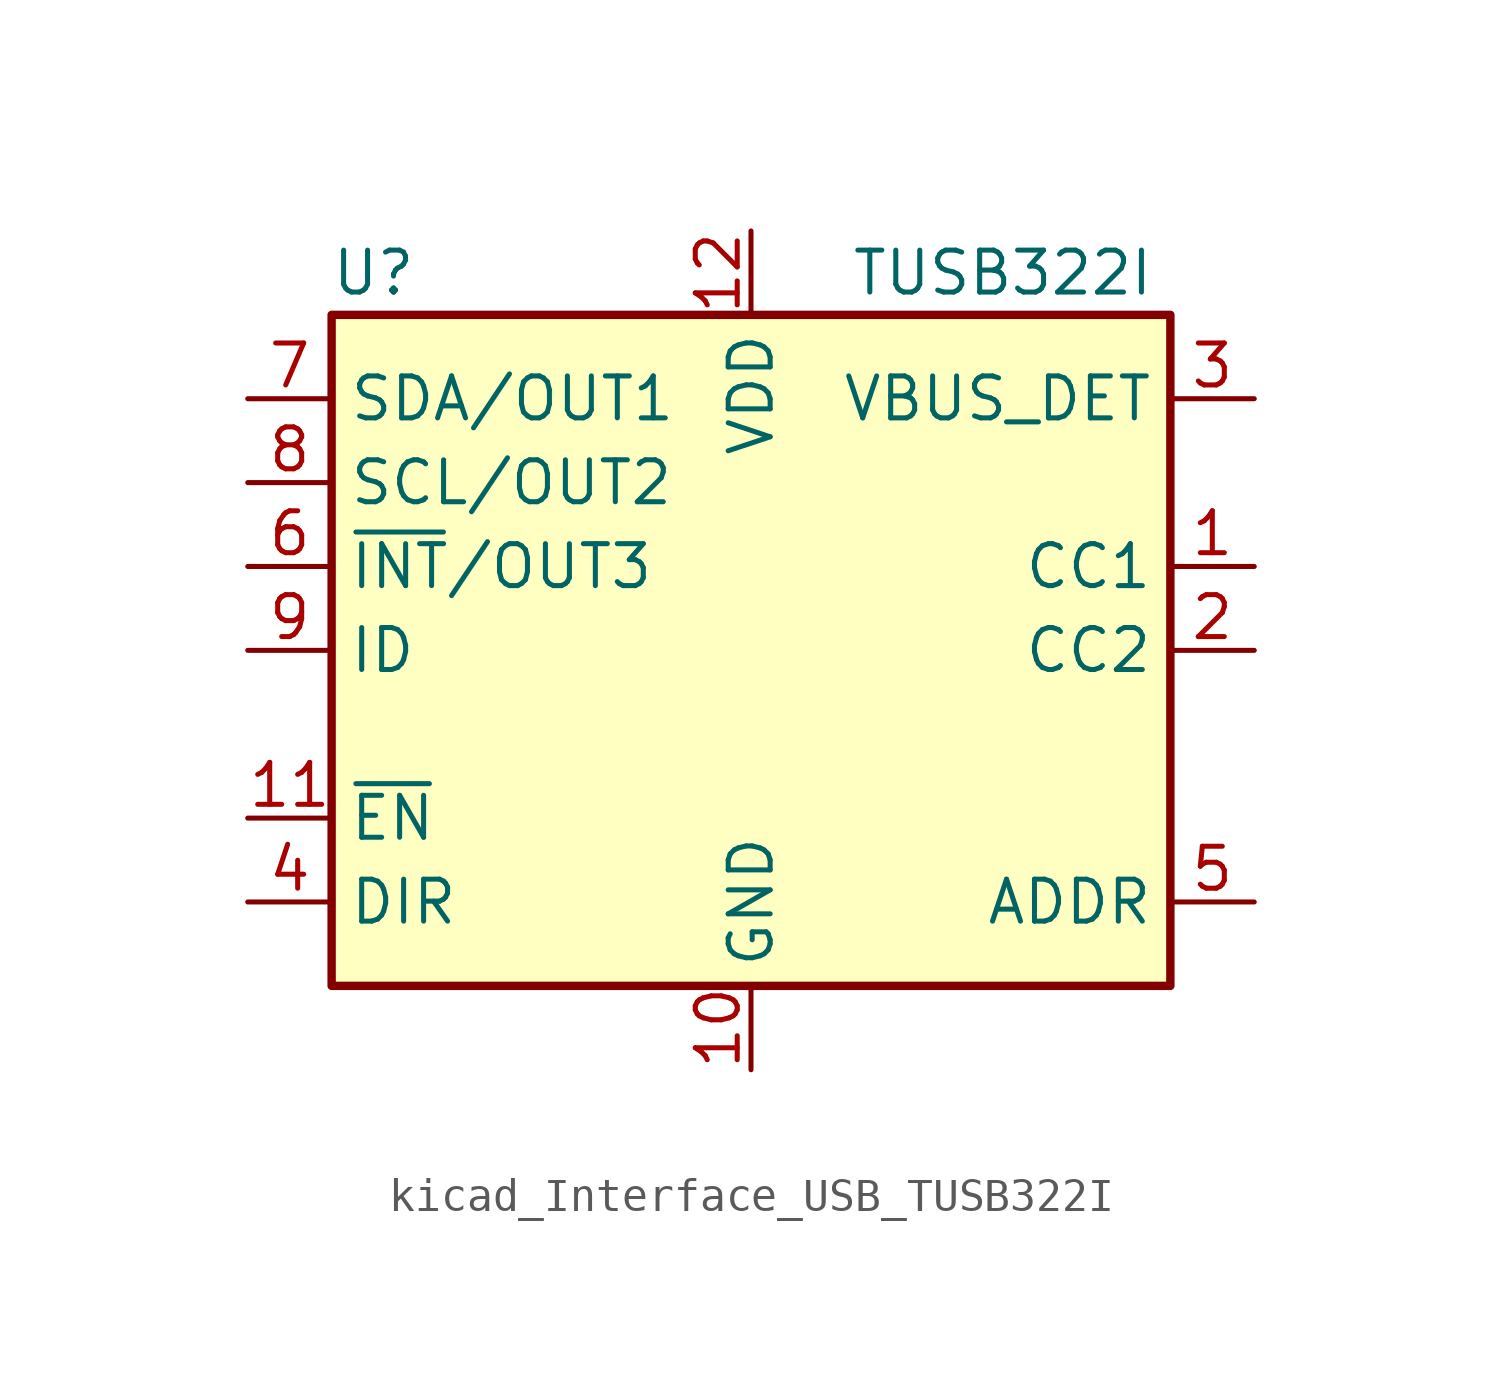
<source format=kicad_sym>
(kicad_symbol_lib
  (version 20220914)
  (generator kicad_symbol_editor)
  (symbol "kicad_Interface_USB_TUSB322I"
    (property "Reference" "U"
      (at -11.43 11.43 0)
      (effects (font (size 1.27 1.27))))
    (property "Value" "TUSB322I"
      (at 7.62 11.43 0)
      (effects (font (size 1.27 1.27))))
    (symbol "kicad_Interface_USB_TUSB322I_1_1"
      (rectangle (start -12.7 10.16) (end 12.7 -10.16) (stroke (width 0.254) (type default)) (fill (type background)))
      (pin bidirectional line (at 15.24 2.54 180) (length 2.54) (name "CC1" (effects (font (size 1.27 1.27)))) (number "1" (effects (font (size 1.27 1.27)))))
      (pin power_in line (at 0 -12.7 90) (length 2.54) (name "GND" (effects (font (size 1.27 1.27)))) (number "10" (effects (font (size 1.27 1.27)))))
      (pin input line (at -15.24 -5.08 0) (length 2.54) (name "~{EN}" (effects (font (size 1.27 1.27)))) (number "11" (effects (font (size 1.27 1.27)))))
      (pin power_in line (at 0 12.7 270) (length 2.54) (name "VDD" (effects (font (size 1.27 1.27)))) (number "12" (effects (font (size 1.27 1.27)))))
      (pin bidirectional line (at 15.24 0 180) (length 2.54) (name "CC2" (effects (font (size 1.27 1.27)))) (number "2" (effects (font (size 1.27 1.27)))))
      (pin input line (at 15.24 7.62 180) (length 2.54) (name "VBUS_DET" (effects (font (size 1.27 1.27)))) (number "3" (effects (font (size 1.27 1.27)))))
      (pin open_collector line (at -15.24 -7.62 0) (length 2.54) (name "DIR" (effects (font (size 1.27 1.27)))) (number "4" (effects (font (size 1.27 1.27)))))
      (pin input line (at 15.24 -7.62 180) (length 2.54) (name "ADDR" (effects (font (size 1.27 1.27)))) (number "5" (effects (font (size 1.27 1.27)))))
      (pin open_collector line (at -15.24 2.54 0) (length 2.54) (name "~{INT}/OUT3" (effects (font (size 1.27 1.27)))) (number "6" (effects (font (size 1.27 1.27)))))
      (pin bidirectional line (at -15.24 7.62 0) (length 2.54) (name "SDA/OUT1" (effects (font (size 1.27 1.27)))) (number "7" (effects (font (size 1.27 1.27)))))
      (pin bidirectional line (at -15.24 5.08 0) (length 2.54) (name "SCL/OUT2" (effects (font (size 1.27 1.27)))) (number "8" (effects (font (size 1.27 1.27)))))
      (pin open_collector line (at -15.24 0 0) (length 2.54) (name "ID" (effects (font (size 1.27 1.27)))) (number "9" (effects (font (size 1.27 1.27))))))))
</source>
